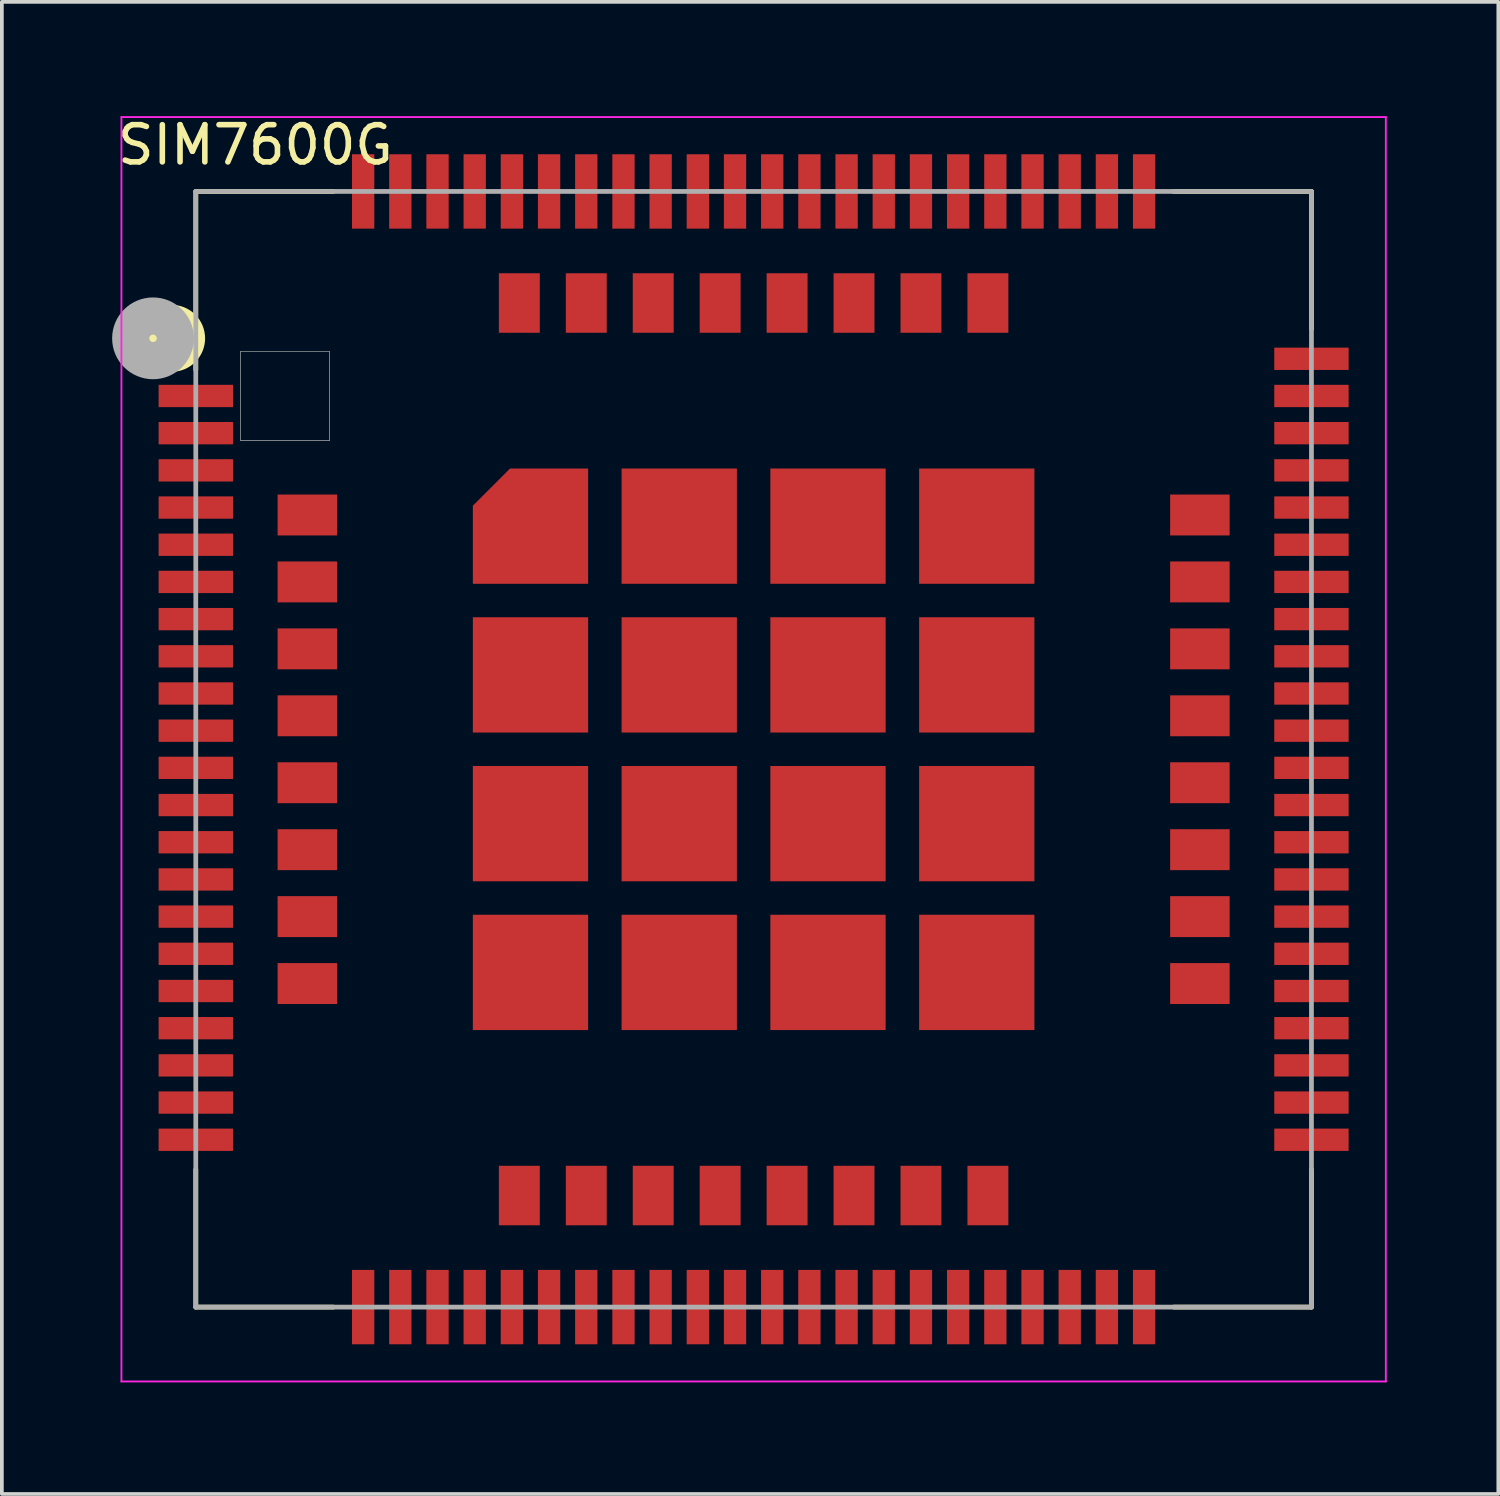
<source format=kicad_pcb>
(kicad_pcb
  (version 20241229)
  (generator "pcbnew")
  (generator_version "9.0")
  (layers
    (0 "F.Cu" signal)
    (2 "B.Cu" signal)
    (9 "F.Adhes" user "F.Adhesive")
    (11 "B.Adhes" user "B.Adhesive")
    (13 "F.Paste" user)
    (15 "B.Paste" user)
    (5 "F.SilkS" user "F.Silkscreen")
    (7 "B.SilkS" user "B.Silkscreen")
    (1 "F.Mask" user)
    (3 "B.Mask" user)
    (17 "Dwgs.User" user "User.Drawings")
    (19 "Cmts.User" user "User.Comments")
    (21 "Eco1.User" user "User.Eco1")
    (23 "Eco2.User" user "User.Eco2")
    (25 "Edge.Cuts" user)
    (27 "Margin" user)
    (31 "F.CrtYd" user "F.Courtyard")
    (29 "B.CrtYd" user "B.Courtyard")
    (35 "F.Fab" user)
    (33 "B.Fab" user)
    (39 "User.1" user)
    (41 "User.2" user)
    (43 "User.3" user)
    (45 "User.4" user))
  (footprint "SIM7600G"
    (layer "F.Cu")
    (at 17.215 17.098)
    (property "Reference" "SIM7600G" (at -13.4 -16.25 0) (layer "F.SilkS") (effects (font (size 1 1) (thickness 0.15))))
    (attr through_hole)
    (fp_poly (pts (xy -6.55 -7.55) (xy -4.45 -7.55) (xy -4.45 -4.45) (xy -7.55 -4.45) (xy -7.55 -6.55)) (stroke (width 0.001) (type solid)) (fill yes) (layer "F.Cu"))
    (fp_poly (pts (xy -6.65 -7.65) (xy -4.35 -7.65) (xy -4.35 -4.35) (xy -7.65 -4.35) (xy -7.65 -6.65)) (stroke (width 0.001) (type solid)) (fill yes) (layer "F.Mask"))
    (fp_line (start -15 -15) (end -11.3 -15) (stroke (width 0.127) (type solid)) (layer "F.SilkS"))
    (fp_line (start -15 -10.2) (end -15 -15) (stroke (width 0.127) (type solid)) (layer "F.SilkS"))
    (fp_line (start -15 15) (end -15 11.3) (stroke (width 0.127) (type solid)) (layer "F.SilkS"))
    (fp_line (start -11.3 15) (end -15 15) (stroke (width 0.127) (type solid)) (layer "F.SilkS"))
    (fp_line (start 11.3 -15) (end 15 -15) (stroke (width 0.127) (type solid)) (layer "F.SilkS"))
    (fp_line (start 15 -15) (end 15 -11.3) (stroke (width 0.127) (type solid)) (layer "F.SilkS"))
    (fp_line (start 15 11.3) (end 15 15) (stroke (width 0.127) (type solid)) (layer "F.SilkS"))
    (fp_line (start 15 15) (end 11.3 15) (stroke (width 0.127) (type solid)) (layer "F.SilkS"))
    (fp_circle (center -15.65 -11.05) (end -15.55 -11.05) (stroke (width 0.8) (type solid)) (fill no) (layer "F.SilkS"))
    (fp_poly (pts (xy -12.85 -6.6) (xy -11.95 -6.6) (xy -11.95 -6) (xy -12.85 -6)) (stroke (width 0.01) (type solid)) (fill yes) (layer "F.Paste"))
    (fp_poly (pts (xy -12.85 -4.8) (xy -11.95 -4.8) (xy -11.95 -4.2) (xy -12.85 -4.2)) (stroke (width 0.01) (type solid)) (fill yes) (layer "F.Paste"))
    (fp_poly (pts (xy -12.85 -3) (xy -11.95 -3) (xy -11.95 -2.4) (xy -12.85 -2.4)) (stroke (width 0.01) (type solid)) (fill yes) (layer "F.Paste"))
    (fp_poly (pts (xy -12.85 -1.2) (xy -11.95 -1.2) (xy -11.95 -0.6) (xy -12.85 -0.6)) (stroke (width 0.01) (type solid)) (fill yes) (layer "F.Paste"))
    (fp_poly (pts (xy -12.85 0.6) (xy -11.95 0.6) (xy -11.95 1.2) (xy -12.85 1.2)) (stroke (width 0.01) (type solid)) (fill yes) (layer "F.Paste"))
    (fp_poly (pts (xy -12.85 2.4) (xy -11.95 2.4) (xy -11.95 3) (xy -12.85 3)) (stroke (width 0.01) (type solid)) (fill yes) (layer "F.Paste"))
    (fp_poly (pts (xy -12.85 4.2) (xy -11.95 4.2) (xy -11.95 4.8) (xy -12.85 4.8)) (stroke (width 0.01) (type solid)) (fill yes) (layer "F.Paste"))
    (fp_poly (pts (xy -12.85 6) (xy -11.95 6) (xy -11.95 6.6) (xy -12.85 6.6)) (stroke (width 0.01) (type solid)) (fill yes) (layer "F.Paste"))
    (fp_poly (pts (xy -12.05 -6.6) (xy -11.15 -6.6) (xy -11.15 -6) (xy -12.05 -6)) (stroke (width 0.01) (type solid)) (fill yes) (layer "F.Paste"))
    (fp_poly (pts (xy -12.05 -4.8) (xy -11.15 -4.8) (xy -11.15 -4.2) (xy -12.05 -4.2)) (stroke (width 0.01) (type solid)) (fill yes) (layer "F.Paste"))
    (fp_poly (pts (xy -12.05 -3) (xy -11.15 -3) (xy -11.15 -2.4) (xy -12.05 -2.4)) (stroke (width 0.01) (type solid)) (fill yes) (layer "F.Paste"))
    (fp_poly (pts (xy -12.05 -1.2) (xy -11.15 -1.2) (xy -11.15 -0.6) (xy -12.05 -0.6)) (stroke (width 0.01) (type solid)) (fill yes) (layer "F.Paste"))
    (fp_poly (pts (xy -12.05 0.6) (xy -11.15 0.6) (xy -11.15 1.2) (xy -12.05 1.2)) (stroke (width 0.01) (type solid)) (fill yes) (layer "F.Paste"))
    (fp_poly (pts (xy -12.05 2.4) (xy -11.15 2.4) (xy -11.15 3) (xy -12.05 3)) (stroke (width 0.01) (type solid)) (fill yes) (layer "F.Paste"))
    (fp_poly (pts (xy -12.05 4.2) (xy -11.15 4.2) (xy -11.15 4.8) (xy -12.05 4.8)) (stroke (width 0.01) (type solid)) (fill yes) (layer "F.Paste"))
    (fp_poly (pts (xy -12.05 6) (xy -11.15 6) (xy -11.15 6.6) (xy -12.05 6.6)) (stroke (width 0.01) (type solid)) (fill yes) (layer "F.Paste"))
    (fp_poly (pts (xy -7.35 -5.85) (xy -6.15 -5.85) (xy -6.15 -4.65) (xy -7.35 -4.65)) (stroke (width 0.01) (type solid)) (fill yes) (layer "F.Paste"))
    (fp_poly (pts (xy -7.35 -3.35) (xy -6.15 -3.35) (xy -6.15 -2.15) (xy -7.35 -2.15)) (stroke (width 0.01) (type solid)) (fill yes) (layer "F.Paste"))
    (fp_poly (pts (xy -7.35 -1.85) (xy -6.15 -1.85) (xy -6.15 -0.65) (xy -7.35 -0.65)) (stroke (width 0.01) (type solid)) (fill yes) (layer "F.Paste"))
    (fp_poly (pts (xy -7.35 0.65) (xy -6.15 0.65) (xy -6.15 1.85) (xy -7.35 1.85)) (stroke (width 0.01) (type solid)) (fill yes) (layer "F.Paste"))
    (fp_poly (pts (xy -7.35 2.15) (xy -6.15 2.15) (xy -6.15 3.35) (xy -7.35 3.35)) (stroke (width 0.01) (type solid)) (fill yes) (layer "F.Paste"))
    (fp_poly (pts (xy -7.35 4.65) (xy -6.15 4.65) (xy -6.15 5.85) (xy -7.35 5.85)) (stroke (width 0.01) (type solid)) (fill yes) (layer "F.Paste"))
    (fp_poly (pts (xy -7.35 6.15) (xy -6.15 6.15) (xy -6.15 7.35) (xy -7.35 7.35)) (stroke (width 0.01) (type solid)) (fill yes) (layer "F.Paste"))
    (fp_poly (pts (xy -6.75 -12.7) (xy -5.85 -12.7) (xy -5.85 -12.1) (xy -6.75 -12.1)) (stroke (width 0.01) (type solid)) (fill yes) (layer "F.Paste"))
    (fp_poly (pts (xy -6.75 -11.9) (xy -5.85 -11.9) (xy -5.85 -11.3) (xy -6.75 -11.3)) (stroke (width 0.01) (type solid)) (fill yes) (layer "F.Paste"))
    (fp_poly (pts (xy -6.75 11.3) (xy -5.85 11.3) (xy -5.85 11.9) (xy -6.75 11.9)) (stroke (width 0.01) (type solid)) (fill yes) (layer "F.Paste"))
    (fp_poly (pts (xy -6.75 12.1) (xy -5.85 12.1) (xy -5.85 12.7) (xy -6.75 12.7)) (stroke (width 0.01) (type solid)) (fill yes) (layer "F.Paste"))
    (fp_poly (pts (xy -5.85 -7.35) (xy -4.65 -7.35) (xy -4.65 -6.15) (xy -5.85 -6.15)) (stroke (width 0.01) (type solid)) (fill yes) (layer "F.Paste"))
    (fp_poly (pts (xy -5.85 -5.85) (xy -4.65 -5.85) (xy -4.65 -4.65) (xy -5.85 -4.65)) (stroke (width 0.01) (type solid)) (fill yes) (layer "F.Paste"))
    (fp_poly (pts (xy -5.85 -3.35) (xy -4.65 -3.35) (xy -4.65 -2.15) (xy -5.85 -2.15)) (stroke (width 0.01) (type solid)) (fill yes) (layer "F.Paste"))
    (fp_poly (pts (xy -5.85 -1.85) (xy -4.65 -1.85) (xy -4.65 -0.65) (xy -5.85 -0.65)) (stroke (width 0.01) (type solid)) (fill yes) (layer "F.Paste"))
    (fp_poly (pts (xy -5.85 0.65) (xy -4.65 0.65) (xy -4.65 1.85) (xy -5.85 1.85)) (stroke (width 0.01) (type solid)) (fill yes) (layer "F.Paste"))
    (fp_poly (pts (xy -5.85 2.15) (xy -4.65 2.15) (xy -4.65 3.35) (xy -5.85 3.35)) (stroke (width 0.01) (type solid)) (fill yes) (layer "F.Paste"))
    (fp_poly (pts (xy -5.85 4.65) (xy -4.65 4.65) (xy -4.65 5.85) (xy -5.85 5.85)) (stroke (width 0.01) (type solid)) (fill yes) (layer "F.Paste"))
    (fp_poly (pts (xy -5.85 6.15) (xy -4.65 6.15) (xy -4.65 7.35) (xy -5.85 7.35)) (stroke (width 0.01) (type solid)) (fill yes) (layer "F.Paste"))
    (fp_poly (pts (xy -4.95 -12.7) (xy -4.05 -12.7) (xy -4.05 -12.1) (xy -4.95 -12.1)) (stroke (width 0.01) (type solid)) (fill yes) (layer "F.Paste"))
    (fp_poly (pts (xy -4.95 -11.9) (xy -4.05 -11.9) (xy -4.05 -11.3) (xy -4.95 -11.3)) (stroke (width 0.01) (type solid)) (fill yes) (layer "F.Paste"))
    (fp_poly (pts (xy -4.95 11.3) (xy -4.05 11.3) (xy -4.05 11.9) (xy -4.95 11.9)) (stroke (width 0.01) (type solid)) (fill yes) (layer "F.Paste"))
    (fp_poly (pts (xy -4.95 12.1) (xy -4.05 12.1) (xy -4.05 12.7) (xy -4.95 12.7)) (stroke (width 0.01) (type solid)) (fill yes) (layer "F.Paste"))
    (fp_poly (pts (xy -3.35 -7.35) (xy -2.15 -7.35) (xy -2.15 -6.15) (xy -3.35 -6.15)) (stroke (width 0.01) (type solid)) (fill yes) (layer "F.Paste"))
    (fp_poly (pts (xy -3.35 -5.85) (xy -2.15 -5.85) (xy -2.15 -4.65) (xy -3.35 -4.65)) (stroke (width 0.01) (type solid)) (fill yes) (layer "F.Paste"))
    (fp_poly (pts (xy -3.35 -3.35) (xy -2.15 -3.35) (xy -2.15 -2.15) (xy -3.35 -2.15)) (stroke (width 0.01) (type solid)) (fill yes) (layer "F.Paste"))
    (fp_poly (pts (xy -3.35 -1.85) (xy -2.15 -1.85) (xy -2.15 -0.65) (xy -3.35 -0.65)) (stroke (width 0.01) (type solid)) (fill yes) (layer "F.Paste"))
    (fp_poly (pts (xy -3.35 0.65) (xy -2.15 0.65) (xy -2.15 1.85) (xy -3.35 1.85)) (stroke (width 0.01) (type solid)) (fill yes) (layer "F.Paste"))
    (fp_poly (pts (xy -3.35 2.15) (xy -2.15 2.15) (xy -2.15 3.35) (xy -3.35 3.35)) (stroke (width 0.01) (type solid)) (fill yes) (layer "F.Paste"))
    (fp_poly (pts (xy -3.35 4.65) (xy -2.15 4.65) (xy -2.15 5.85) (xy -3.35 5.85)) (stroke (width 0.01) (type solid)) (fill yes) (layer "F.Paste"))
    (fp_poly (pts (xy -3.35 6.15) (xy -2.15 6.15) (xy -2.15 7.35) (xy -3.35 7.35)) (stroke (width 0.01) (type solid)) (fill yes) (layer "F.Paste"))
    (fp_poly (pts (xy -3.15 -12.7) (xy -2.25 -12.7) (xy -2.25 -12.1) (xy -3.15 -12.1)) (stroke (width 0.01) (type solid)) (fill yes) (layer "F.Paste"))
    (fp_poly (pts (xy -3.15 -11.9) (xy -2.25 -11.9) (xy -2.25 -11.3) (xy -3.15 -11.3)) (stroke (width 0.01) (type solid)) (fill yes) (layer "F.Paste"))
    (fp_poly (pts (xy -3.15 11.3) (xy -2.25 11.3) (xy -2.25 11.9) (xy -3.15 11.9)) (stroke (width 0.01) (type solid)) (fill yes) (layer "F.Paste"))
    (fp_poly (pts (xy -3.15 12.1) (xy -2.25 12.1) (xy -2.25 12.7) (xy -3.15 12.7)) (stroke (width 0.01) (type solid)) (fill yes) (layer "F.Paste"))
    (fp_poly (pts (xy -1.85 -7.35) (xy -0.65 -7.35) (xy -0.65 -6.15) (xy -1.85 -6.15)) (stroke (width 0.01) (type solid)) (fill yes) (layer "F.Paste"))
    (fp_poly (pts (xy -1.85 -5.85) (xy -0.65 -5.85) (xy -0.65 -4.65) (xy -1.85 -4.65)) (stroke (width 0.01) (type solid)) (fill yes) (layer "F.Paste"))
    (fp_poly (pts (xy -1.85 -3.35) (xy -0.65 -3.35) (xy -0.65 -2.15) (xy -1.85 -2.15)) (stroke (width 0.01) (type solid)) (fill yes) (layer "F.Paste"))
    (fp_poly (pts (xy -1.85 -1.85) (xy -0.65 -1.85) (xy -0.65 -0.65) (xy -1.85 -0.65)) (stroke (width 0.01) (type solid)) (fill yes) (layer "F.Paste"))
    (fp_poly (pts (xy -1.85 0.65) (xy -0.65 0.65) (xy -0.65 1.85) (xy -1.85 1.85)) (stroke (width 0.01) (type solid)) (fill yes) (layer "F.Paste"))
    (fp_poly (pts (xy -1.85 2.15) (xy -0.65 2.15) (xy -0.65 3.35) (xy -1.85 3.35)) (stroke (width 0.01) (type solid)) (fill yes) (layer "F.Paste"))
    (fp_poly (pts (xy -1.85 4.65) (xy -0.65 4.65) (xy -0.65 5.85) (xy -1.85 5.85)) (stroke (width 0.01) (type solid)) (fill yes) (layer "F.Paste"))
    (fp_poly (pts (xy -1.85 6.15) (xy -0.65 6.15) (xy -0.65 7.35) (xy -1.85 7.35)) (stroke (width 0.01) (type solid)) (fill yes) (layer "F.Paste"))
    (fp_poly (pts (xy -1.35 -12.7) (xy -0.45 -12.7) (xy -0.45 -12.1) (xy -1.35 -12.1)) (stroke (width 0.01) (type solid)) (fill yes) (layer "F.Paste"))
    (fp_poly (pts (xy -1.35 -11.9) (xy -0.45 -11.9) (xy -0.45 -11.3) (xy -1.35 -11.3)) (stroke (width 0.01) (type solid)) (fill yes) (layer "F.Paste"))
    (fp_poly (pts (xy -1.35 11.3) (xy -0.45 11.3) (xy -0.45 11.9) (xy -1.35 11.9)) (stroke (width 0.01) (type solid)) (fill yes) (layer "F.Paste"))
    (fp_poly (pts (xy -1.35 12.1) (xy -0.45 12.1) (xy -0.45 12.7) (xy -1.35 12.7)) (stroke (width 0.01) (type solid)) (fill yes) (layer "F.Paste"))
    (fp_poly (pts (xy 0.45 -12.7) (xy 1.35 -12.7) (xy 1.35 -12.1) (xy 0.45 -12.1)) (stroke (width 0.01) (type solid)) (fill yes) (layer "F.Paste"))
    (fp_poly (pts (xy 0.45 -11.9) (xy 1.35 -11.9) (xy 1.35 -11.3) (xy 0.45 -11.3)) (stroke (width 0.01) (type solid)) (fill yes) (layer "F.Paste"))
    (fp_poly (pts (xy 0.45 11.3) (xy 1.35 11.3) (xy 1.35 11.9) (xy 0.45 11.9)) (stroke (width 0.01) (type solid)) (fill yes) (layer "F.Paste"))
    (fp_poly (pts (xy 0.45 12.1) (xy 1.35 12.1) (xy 1.35 12.7) (xy 0.45 12.7)) (stroke (width 0.01) (type solid)) (fill yes) (layer "F.Paste"))
    (fp_poly (pts (xy 0.65 -7.35) (xy 1.85 -7.35) (xy 1.85 -6.15) (xy 0.65 -6.15)) (stroke (width 0.01) (type solid)) (fill yes) (layer "F.Paste"))
    (fp_poly (pts (xy 0.65 -5.85) (xy 1.85 -5.85) (xy 1.85 -4.65) (xy 0.65 -4.65)) (stroke (width 0.01) (type solid)) (fill yes) (layer "F.Paste"))
    (fp_poly (pts (xy 0.65 -3.35) (xy 1.85 -3.35) (xy 1.85 -2.15) (xy 0.65 -2.15)) (stroke (width 0.01) (type solid)) (fill yes) (layer "F.Paste"))
    (fp_poly (pts (xy 0.65 -1.85) (xy 1.85 -1.85) (xy 1.85 -0.65) (xy 0.65 -0.65)) (stroke (width 0.01) (type solid)) (fill yes) (layer "F.Paste"))
    (fp_poly (pts (xy 0.65 0.65) (xy 1.85 0.65) (xy 1.85 1.85) (xy 0.65 1.85)) (stroke (width 0.01) (type solid)) (fill yes) (layer "F.Paste"))
    (fp_poly (pts (xy 0.65 2.15) (xy 1.85 2.15) (xy 1.85 3.35) (xy 0.65 3.35)) (stroke (width 0.01) (type solid)) (fill yes) (layer "F.Paste"))
    (fp_poly (pts (xy 0.65 4.65) (xy 1.85 4.65) (xy 1.85 5.85) (xy 0.65 5.85)) (stroke (width 0.01) (type solid)) (fill yes) (layer "F.Paste"))
    (fp_poly (pts (xy 0.65 6.15) (xy 1.85 6.15) (xy 1.85 7.35) (xy 0.65 7.35)) (stroke (width 0.01) (type solid)) (fill yes) (layer "F.Paste"))
    (fp_poly (pts (xy 2.15 -7.35) (xy 3.35 -7.35) (xy 3.35 -6.15) (xy 2.15 -6.15)) (stroke (width 0.01) (type solid)) (fill yes) (layer "F.Paste"))
    (fp_poly (pts (xy 2.15 -5.85) (xy 3.35 -5.85) (xy 3.35 -4.65) (xy 2.15 -4.65)) (stroke (width 0.01) (type solid)) (fill yes) (layer "F.Paste"))
    (fp_poly (pts (xy 2.15 -3.35) (xy 3.35 -3.35) (xy 3.35 -2.15) (xy 2.15 -2.15)) (stroke (width 0.01) (type solid)) (fill yes) (layer "F.Paste"))
    (fp_poly (pts (xy 2.15 -1.85) (xy 3.35 -1.85) (xy 3.35 -0.65) (xy 2.15 -0.65)) (stroke (width 0.01) (type solid)) (fill yes) (layer "F.Paste"))
    (fp_poly (pts (xy 2.15 0.65) (xy 3.35 0.65) (xy 3.35 1.85) (xy 2.15 1.85)) (stroke (width 0.01) (type solid)) (fill yes) (layer "F.Paste"))
    (fp_poly (pts (xy 2.15 2.15) (xy 3.35 2.15) (xy 3.35 3.35) (xy 2.15 3.35)) (stroke (width 0.01) (type solid)) (fill yes) (layer "F.Paste"))
    (fp_poly (pts (xy 2.15 4.65) (xy 3.35 4.65) (xy 3.35 5.85) (xy 2.15 5.85)) (stroke (width 0.01) (type solid)) (fill yes) (layer "F.Paste"))
    (fp_poly (pts (xy 2.15 6.15) (xy 3.35 6.15) (xy 3.35 7.35) (xy 2.15 7.35)) (stroke (width 0.01) (type solid)) (fill yes) (layer "F.Paste"))
    (fp_poly (pts (xy 2.25 -12.7) (xy 3.15 -12.7) (xy 3.15 -12.1) (xy 2.25 -12.1)) (stroke (width 0.01) (type solid)) (fill yes) (layer "F.Paste"))
    (fp_poly (pts (xy 2.25 -11.9) (xy 3.15 -11.9) (xy 3.15 -11.3) (xy 2.25 -11.3)) (stroke (width 0.01) (type solid)) (fill yes) (layer "F.Paste"))
    (fp_poly (pts (xy 2.25 11.3) (xy 3.15 11.3) (xy 3.15 11.9) (xy 2.25 11.9)) (stroke (width 0.01) (type solid)) (fill yes) (layer "F.Paste"))
    (fp_poly (pts (xy 2.25 12.1) (xy 3.15 12.1) (xy 3.15 12.7) (xy 2.25 12.7)) (stroke (width 0.01) (type solid)) (fill yes) (layer "F.Paste"))
    (fp_poly (pts (xy 4.05 -12.7) (xy 4.95 -12.7) (xy 4.95 -12.1) (xy 4.05 -12.1)) (stroke (width 0.01) (type solid)) (fill yes) (layer "F.Paste"))
    (fp_poly (pts (xy 4.05 -11.9) (xy 4.95 -11.9) (xy 4.95 -11.3) (xy 4.05 -11.3)) (stroke (width 0.01) (type solid)) (fill yes) (layer "F.Paste"))
    (fp_poly (pts (xy 4.05 11.3) (xy 4.95 11.3) (xy 4.95 11.9) (xy 4.05 11.9)) (stroke (width 0.01) (type solid)) (fill yes) (layer "F.Paste"))
    (fp_poly (pts (xy 4.05 12.1) (xy 4.95 12.1) (xy 4.95 12.7) (xy 4.05 12.7)) (stroke (width 0.01) (type solid)) (fill yes) (layer "F.Paste"))
    (fp_poly (pts (xy 4.65 -7.35) (xy 5.85 -7.35) (xy 5.85 -6.15) (xy 4.65 -6.15)) (stroke (width 0.01) (type solid)) (fill yes) (layer "F.Paste"))
    (fp_poly (pts (xy 4.65 -5.85) (xy 5.85 -5.85) (xy 5.85 -4.65) (xy 4.65 -4.65)) (stroke (width 0.01) (type solid)) (fill yes) (layer "F.Paste"))
    (fp_poly (pts (xy 4.65 -3.35) (xy 5.85 -3.35) (xy 5.85 -2.15) (xy 4.65 -2.15)) (stroke (width 0.01) (type solid)) (fill yes) (layer "F.Paste"))
    (fp_poly (pts (xy 4.65 -1.85) (xy 5.85 -1.85) (xy 5.85 -0.65) (xy 4.65 -0.65)) (stroke (width 0.01) (type solid)) (fill yes) (layer "F.Paste"))
    (fp_poly (pts (xy 4.65 0.65) (xy 5.85 0.65) (xy 5.85 1.85) (xy 4.65 1.85)) (stroke (width 0.01) (type solid)) (fill yes) (layer "F.Paste"))
    (fp_poly (pts (xy 4.65 2.15) (xy 5.85 2.15) (xy 5.85 3.35) (xy 4.65 3.35)) (stroke (width 0.01) (type solid)) (fill yes) (layer "F.Paste"))
    (fp_poly (pts (xy 4.65 4.65) (xy 5.85 4.65) (xy 5.85 5.85) (xy 4.65 5.85)) (stroke (width 0.01) (type solid)) (fill yes) (layer "F.Paste"))
    (fp_poly (pts (xy 4.65 6.15) (xy 5.85 6.15) (xy 5.85 7.35) (xy 4.65 7.35)) (stroke (width 0.01) (type solid)) (fill yes) (layer "F.Paste"))
    (fp_poly (pts (xy 5.85 -12.7) (xy 6.75 -12.7) (xy 6.75 -12.1) (xy 5.85 -12.1)) (stroke (width 0.01) (type solid)) (fill yes) (layer "F.Paste"))
    (fp_poly (pts (xy 5.85 -11.9) (xy 6.75 -11.9) (xy 6.75 -11.3) (xy 5.85 -11.3)) (stroke (width 0.01) (type solid)) (fill yes) (layer "F.Paste"))
    (fp_poly (pts (xy 5.85 11.3) (xy 6.75 11.3) (xy 6.75 11.9) (xy 5.85 11.9)) (stroke (width 0.01) (type solid)) (fill yes) (layer "F.Paste"))
    (fp_poly (pts (xy 5.85 12.1) (xy 6.75 12.1) (xy 6.75 12.7) (xy 5.85 12.7)) (stroke (width 0.01) (type solid)) (fill yes) (layer "F.Paste"))
    (fp_poly (pts (xy 6.15 -7.35) (xy 7.35 -7.35) (xy 7.35 -6.15) (xy 6.15 -6.15)) (stroke (width 0.01) (type solid)) (fill yes) (layer "F.Paste"))
    (fp_poly (pts (xy 6.15 -5.85) (xy 7.35 -5.85) (xy 7.35 -4.65) (xy 6.15 -4.65)) (stroke (width 0.01) (type solid)) (fill yes) (layer "F.Paste"))
    (fp_poly (pts (xy 6.15 -3.35) (xy 7.35 -3.35) (xy 7.35 -2.15) (xy 6.15 -2.15)) (stroke (width 0.01) (type solid)) (fill yes) (layer "F.Paste"))
    (fp_poly (pts (xy 6.15 -1.85) (xy 7.35 -1.85) (xy 7.35 -0.65) (xy 6.15 -0.65)) (stroke (width 0.01) (type solid)) (fill yes) (layer "F.Paste"))
    (fp_poly (pts (xy 6.15 0.65) (xy 7.35 0.65) (xy 7.35 1.85) (xy 6.15 1.85)) (stroke (width 0.01) (type solid)) (fill yes) (layer "F.Paste"))
    (fp_poly (pts (xy 6.15 2.15) (xy 7.35 2.15) (xy 7.35 3.35) (xy 6.15 3.35)) (stroke (width 0.01) (type solid)) (fill yes) (layer "F.Paste"))
    (fp_poly (pts (xy 6.15 4.65) (xy 7.35 4.65) (xy 7.35 5.85) (xy 6.15 5.85)) (stroke (width 0.01) (type solid)) (fill yes) (layer "F.Paste"))
    (fp_poly (pts (xy 6.15 6.15) (xy 7.35 6.15) (xy 7.35 7.35) (xy 6.15 7.35)) (stroke (width 0.01) (type solid)) (fill yes) (layer "F.Paste"))
    (fp_poly (pts (xy 11.15 -6.6) (xy 12.05 -6.6) (xy 12.05 -6) (xy 11.15 -6)) (stroke (width 0.01) (type solid)) (fill yes) (layer "F.Paste"))
    (fp_poly (pts (xy 11.15 -4.8) (xy 12.05 -4.8) (xy 12.05 -4.2) (xy 11.15 -4.2)) (stroke (width 0.01) (type solid)) (fill yes) (layer "F.Paste"))
    (fp_poly (pts (xy 11.15 -3) (xy 12.05 -3) (xy 12.05 -2.4) (xy 11.15 -2.4)) (stroke (width 0.01) (type solid)) (fill yes) (layer "F.Paste"))
    (fp_poly (pts (xy 11.15 -1.2) (xy 12.05 -1.2) (xy 12.05 -0.6) (xy 11.15 -0.6)) (stroke (width 0.01) (type solid)) (fill yes) (layer "F.Paste"))
    (fp_poly (pts (xy 11.15 0.6) (xy 12.05 0.6) (xy 12.05 1.2) (xy 11.15 1.2)) (stroke (width 0.01) (type solid)) (fill yes) (layer "F.Paste"))
    (fp_poly (pts (xy 11.15 2.4) (xy 12.05 2.4) (xy 12.05 3) (xy 11.15 3)) (stroke (width 0.01) (type solid)) (fill yes) (layer "F.Paste"))
    (fp_poly (pts (xy 11.15 4.2) (xy 12.05 4.2) (xy 12.05 4.8) (xy 11.15 4.8)) (stroke (width 0.01) (type solid)) (fill yes) (layer "F.Paste"))
    (fp_poly (pts (xy 11.15 6) (xy 12.05 6) (xy 12.05 6.6) (xy 11.15 6.6)) (stroke (width 0.01) (type solid)) (fill yes) (layer "F.Paste"))
    (fp_poly (pts (xy 11.95 -6.6) (xy 12.85 -6.6) (xy 12.85 -6) (xy 11.95 -6)) (stroke (width 0.01) (type solid)) (fill yes) (layer "F.Paste"))
    (fp_poly (pts (xy 11.95 -4.8) (xy 12.85 -4.8) (xy 12.85 -4.2) (xy 11.95 -4.2)) (stroke (width 0.01) (type solid)) (fill yes) (layer "F.Paste"))
    (fp_poly (pts (xy 11.95 -3) (xy 12.85 -3) (xy 12.85 -2.4) (xy 11.95 -2.4)) (stroke (width 0.01) (type solid)) (fill yes) (layer "F.Paste"))
    (fp_poly (pts (xy 11.95 -1.2) (xy 12.85 -1.2) (xy 12.85 -0.6) (xy 11.95 -0.6)) (stroke (width 0.01) (type solid)) (fill yes) (layer "F.Paste"))
    (fp_poly (pts (xy 11.95 0.6) (xy 12.85 0.6) (xy 12.85 1.2) (xy 11.95 1.2)) (stroke (width 0.01) (type solid)) (fill yes) (layer "F.Paste"))
    (fp_poly (pts (xy 11.95 2.4) (xy 12.85 2.4) (xy 12.85 3) (xy 11.95 3)) (stroke (width 0.01) (type solid)) (fill yes) (layer "F.Paste"))
    (fp_poly (pts (xy 11.95 4.2) (xy 12.85 4.2) (xy 12.85 4.8) (xy 11.95 4.8)) (stroke (width 0.01) (type solid)) (fill yes) (layer "F.Paste"))
    (fp_poly (pts (xy 11.95 6) (xy 12.85 6) (xy 12.85 6.6) (xy 11.95 6.6)) (stroke (width 0.01) (type solid)) (fill yes) (layer "F.Paste"))
    (fp_poly (pts (xy -7.35 -6.15) (xy -6.15 -6.15) (xy -6.15 -7.35) (xy -6.45 -7.35) (xy -7.35 -6.45)) (stroke (width 0.001) (type solid)) (fill yes) (layer "F.Paste"))
    (fp_poly (pts (xy -13.8 -10.7) (xy -11.4 -10.7) (xy -11.4 -8.3) (xy -13.8 -8.3)) (stroke (width 0.01) (type solid)) (fill no) (layer "Dwgs.User"))
    (fp_poly (pts (xy -13.8 -10.7) (xy -11.4 -10.7) (xy -11.4 -8.3) (xy -13.8 -8.3)) (stroke (width 0.01) (type solid)) (fill no) (layer "Dwgs.User"))
    (fp_line (start -17 -17) (end 17 -17) (stroke (width 0.05) (type solid)) (layer "F.CrtYd"))
    (fp_line (start -17 17) (end -17 -17) (stroke (width 0.05) (type solid)) (layer "F.CrtYd"))
    (fp_line (start 17 -17) (end 17 17) (stroke (width 0.05) (type solid)) (layer "F.CrtYd"))
    (fp_line (start 17 17) (end -17 17) (stroke (width 0.05) (type solid)) (layer "F.CrtYd"))
    (fp_line (start -15 -15) (end 15 -15) (stroke (width 0.127) (type solid)) (layer "F.Fab"))
    (fp_line (start -15 15) (end -15 -15) (stroke (width 0.127) (type solid)) (layer "F.Fab"))
    (fp_line (start 15 -15) (end 15 15) (stroke (width 0.127) (type solid)) (layer "F.Fab"))
    (fp_line (start 15 15) (end -15 15) (stroke (width 0.127) (type solid)) (layer "F.Fab"))
    (fp_circle (center -16.15 -11.05) (end -16.05 -11.05) (stroke (width 1) (type solid)) (fill no) (layer "F.Fab"))
    (pad "1" smd rect (at -15 -9.5) (size 2 0.6) (layers "F.Cu" "F.Mask" "F.Paste"))
    (pad "2" smd rect (at -15 -8.5) (size 2 0.6) (layers "F.Cu" "F.Mask" "F.Paste"))
    (pad "3" smd rect (at -15 -7.5) (size 2 0.6) (layers "F.Cu" "F.Mask" "F.Paste"))
    (pad "4" smd rect (at -15 -6.5) (size 2 0.6) (layers "F.Cu" "F.Mask" "F.Paste"))
    (pad "5" smd rect (at -15 -5.5) (size 2 0.6) (layers "F.Cu" "F.Mask" "F.Paste"))
    (pad "6" smd rect (at -15 -4.5) (size 2 0.6) (layers "F.Cu" "F.Mask" "F.Paste"))
    (pad "7" smd rect (at -15 -3.5) (size 2 0.6) (layers "F.Cu" "F.Mask" "F.Paste"))
    (pad "8" smd rect (at -15 -2.5) (size 2 0.6) (layers "F.Cu" "F.Mask" "F.Paste"))
    (pad "9" smd rect (at -15 -1.5) (size 2 0.6) (layers "F.Cu" "F.Mask" "F.Paste"))
    (pad "10" smd rect (at -15 -0.5) (size 2 0.6) (layers "F.Cu" "F.Mask" "F.Paste"))
    (pad "11" smd rect (at -15 0.5) (size 2 0.6) (layers "F.Cu" "F.Mask" "F.Paste"))
    (pad "12" smd rect (at -15 1.5) (size 2 0.6) (layers "F.Cu" "F.Mask" "F.Paste"))
    (pad "13" smd rect (at -15 2.5) (size 2 0.6) (layers "F.Cu" "F.Mask" "F.Paste"))
    (pad "14" smd rect (at -15 3.5) (size 2 0.6) (layers "F.Cu" "F.Mask" "F.Paste"))
    (pad "15" smd rect (at -15 4.5) (size 2 0.6) (layers "F.Cu" "F.Mask" "F.Paste"))
    (pad "16" smd rect (at -15 5.5) (size 2 0.6) (layers "F.Cu" "F.Mask" "F.Paste"))
    (pad "17" smd rect (at -15 6.5) (size 2 0.6) (layers "F.Cu" "F.Mask" "F.Paste"))
    (pad "18" smd rect (at -15 7.5) (size 2 0.6) (layers "F.Cu" "F.Mask" "F.Paste"))
    (pad "19" smd rect (at -15 8.5) (size 2 0.6) (layers "F.Cu" "F.Mask" "F.Paste"))
    (pad "20" smd rect (at -15 9.5) (size 2 0.6) (layers "F.Cu" "F.Mask" "F.Paste"))
    (pad "21" smd rect (at -9.5 15) (size 0.6 2) (layers "F.Cu" "F.Mask" "F.Paste"))
    (pad "22" smd rect (at -8.5 15) (size 0.6 2) (layers "F.Cu" "F.Mask" "F.Paste"))
    (pad "23" smd rect (at -7.5 15) (size 0.6 2) (layers "F.Cu" "F.Mask" "F.Paste"))
    (pad "24" smd rect (at -6.5 15) (size 0.6 2) (layers "F.Cu" "F.Mask" "F.Paste"))
    (pad "25" smd rect (at -5.5 15) (size 0.6 2) (layers "F.Cu" "F.Mask" "F.Paste"))
    (pad "26" smd rect (at -4.5 15) (size 0.6 2) (layers "F.Cu" "F.Mask" "F.Paste"))
    (pad "27" smd rect (at -3.5 15) (size 0.6 2) (layers "F.Cu" "F.Mask" "F.Paste"))
    (pad "28" smd rect (at -2.5 15) (size 0.6 2) (layers "F.Cu" "F.Mask" "F.Paste"))
    (pad "29" smd rect (at -1.5 15) (size 0.6 2) (layers "F.Cu" "F.Mask" "F.Paste"))
    (pad "30" smd rect (at -0.5 15) (size 0.6 2) (layers "F.Cu" "F.Mask" "F.Paste"))
    (pad "31" smd rect (at 0.5 15) (size 0.6 2) (layers "F.Cu" "F.Mask" "F.Paste"))
    (pad "32" smd rect (at 1.5 15) (size 0.6 2) (layers "F.Cu" "F.Mask" "F.Paste"))
    (pad "33" smd rect (at 2.5 15) (size 0.6 2) (layers "F.Cu" "F.Mask" "F.Paste"))
    (pad "34" smd rect (at 3.5 15) (size 0.6 2) (layers "F.Cu" "F.Mask" "F.Paste"))
    (pad "35" smd rect (at 4.5 15) (size 0.6 2) (layers "F.Cu" "F.Mask" "F.Paste"))
    (pad "36" smd rect (at 5.5 15) (size 0.6 2) (layers "F.Cu" "F.Mask" "F.Paste"))
    (pad "37" smd rect (at 6.5 15) (size 0.6 2) (layers "F.Cu" "F.Mask" "F.Paste"))
    (pad "38" smd rect (at 7.5 15) (size 0.6 2) (layers "F.Cu" "F.Mask" "F.Paste"))
    (pad "39" smd rect (at 8.5 15) (size 0.6 2) (layers "F.Cu" "F.Mask" "F.Paste"))
    (pad "40" smd rect (at 9.5 15) (size 0.6 2) (layers "F.Cu" "F.Mask" "F.Paste"))
    (pad "41" smd rect (at 15 9.5) (size 2 0.6) (layers "F.Cu" "F.Mask" "F.Paste"))
    (pad "42" smd rect (at 15 8.5) (size 2 0.6) (layers "F.Cu" "F.Mask" "F.Paste"))
    (pad "43" smd rect (at 15 7.5) (size 2 0.6) (layers "F.Cu" "F.Mask" "F.Paste"))
    (pad "44" smd rect (at 15 6.5) (size 2 0.6) (layers "F.Cu" "F.Mask" "F.Paste"))
    (pad "45" smd rect (at 15 5.5) (size 2 0.6) (layers "F.Cu" "F.Mask" "F.Paste"))
    (pad "46" smd rect (at 15 4.5) (size 2 0.6) (layers "F.Cu" "F.Mask" "F.Paste"))
    (pad "47" smd rect (at 15 3.5) (size 2 0.6) (layers "F.Cu" "F.Mask" "F.Paste"))
    (pad "48" smd rect (at 15 2.5) (size 2 0.6) (layers "F.Cu" "F.Mask" "F.Paste"))
    (pad "49" smd rect (at 15 1.5) (size 2 0.6) (layers "F.Cu" "F.Mask" "F.Paste"))
    (pad "50" smd rect (at 15 0.5) (size 2 0.6) (layers "F.Cu" "F.Mask" "F.Paste"))
    (pad "51" smd rect (at 15 -0.5) (size 2 0.6) (layers "F.Cu" "F.Mask" "F.Paste"))
    (pad "52" smd rect (at 15 -1.5) (size 2 0.6) (layers "F.Cu" "F.Mask" "F.Paste"))
    (pad "53" smd rect (at 15 -2.5) (size 2 0.6) (layers "F.Cu" "F.Mask" "F.Paste"))
    (pad "54" smd rect (at 15 -3.5) (size 2 0.6) (layers "F.Cu" "F.Mask" "F.Paste"))
    (pad "55" smd rect (at 15 -4.5) (size 2 0.6) (layers "F.Cu" "F.Mask" "F.Paste"))
    (pad "56" smd rect (at 15 -5.5) (size 2 0.6) (layers "F.Cu" "F.Mask" "F.Paste"))
    (pad "57" smd rect (at 15 -6.5) (size 2 0.6) (layers "F.Cu" "F.Mask" "F.Paste"))
    (pad "58" smd rect (at 15 -7.5) (size 2 0.6) (layers "F.Cu" "F.Mask" "F.Paste"))
    (pad "59" smd rect (at 15 -8.5) (size 2 0.6) (layers "F.Cu" "F.Mask" "F.Paste"))
    (pad "60" smd rect (at 15 -9.5) (size 2 0.6) (layers "F.Cu" "F.Mask" "F.Paste"))
    (pad "61" smd rect (at 9.5 -15) (size 0.6 2) (layers "F.Cu" "F.Mask" "F.Paste"))
    (pad "62" smd rect (at 8.5 -15) (size 0.6 2) (layers "F.Cu" "F.Mask" "F.Paste"))
    (pad "63" smd rect (at 7.5 -15) (size 0.6 2) (layers "F.Cu" "F.Mask" "F.Paste"))
    (pad "64" smd rect (at 6.5 -15) (size 0.6 2) (layers "F.Cu" "F.Mask" "F.Paste"))
    (pad "65" smd rect (at 5.5 -15) (size 0.6 2) (layers "F.Cu" "F.Mask" "F.Paste"))
    (pad "66" smd rect (at 4.5 -15) (size 0.6 2) (layers "F.Cu" "F.Mask" "F.Paste"))
    (pad "67" smd rect (at 3.5 -15) (size 0.6 2) (layers "F.Cu" "F.Mask" "F.Paste"))
    (pad "68" smd rect (at 2.5 -15) (size 0.6 2) (layers "F.Cu" "F.Mask" "F.Paste"))
    (pad "69" smd rect (at 1.5 -15) (size 0.6 2) (layers "F.Cu" "F.Mask" "F.Paste"))
    (pad "70" smd rect (at 0.5 -15) (size 0.6 2) (layers "F.Cu" "F.Mask" "F.Paste"))
    (pad "71" smd rect (at -0.5 -15) (size 0.6 2) (layers "F.Cu" "F.Mask" "F.Paste"))
    (pad "72" smd rect (at -1.5 -15) (size 0.6 2) (layers "F.Cu" "F.Mask" "F.Paste"))
    (pad "73" smd rect (at -2.5 -15) (size 0.6 2) (layers "F.Cu" "F.Mask" "F.Paste"))
    (pad "74" smd rect (at -3.5 -15) (size 0.6 2) (layers "F.Cu" "F.Mask" "F.Paste"))
    (pad "75" smd rect (at -4.5 -15) (size 0.6 2) (layers "F.Cu" "F.Mask" "F.Paste"))
    (pad "76" smd rect (at -5.5 -15) (size 0.6 2) (layers "F.Cu" "F.Mask" "F.Paste"))
    (pad "77" smd rect (at -6.5 -15) (size 0.6 2) (layers "F.Cu" "F.Mask" "F.Paste"))
    (pad "78" smd rect (at -7.5 -15) (size 0.6 2) (layers "F.Cu" "F.Mask" "F.Paste"))
    (pad "79" smd rect (at -8.5 -15) (size 0.6 2) (layers "F.Cu" "F.Mask" "F.Paste"))
    (pad "80" smd rect (at -9.5 -15) (size 0.6 2) (layers "F.Cu" "F.Mask" "F.Paste"))
    (pad "81" smd rect (at -15 10.5) (size 2 0.6) (layers "F.Cu" "F.Mask" "F.Paste"))
    (pad "82" smd rect (at 15 10.5) (size 2 0.6) (layers "F.Cu" "F.Mask" "F.Paste"))
    (pad "83" smd rect (at 10.5 15) (size 0.6 2) (layers "F.Cu" "F.Mask" "F.Paste"))
    (pad "84" smd rect (at -10.5 15) (size 0.6 2) (layers "F.Cu" "F.Mask" "F.Paste"))
    (pad "85" smd rect (at 15 -10.5) (size 2 0.6) (layers "F.Cu" "F.Mask" "F.Paste"))
    (pad "86" smd rect (at -10.5 -15) (size 0.6 2) (layers "F.Cu" "F.Mask" "F.Paste"))
    (pad "87" smd rect (at 10.5 -15) (size 0.6 2) (layers "F.Cu" "F.Mask" "F.Paste"))
    (pad "88" smd rect (at -12 -6.3) (size 1.6 1.1) (layers "F.Cu" "F.Mask"))
    (pad "89" smd rect (at -12 -4.5) (size 1.6 1.1) (layers "F.Cu" "F.Mask"))
    (pad "90" smd rect (at -12 -2.7) (size 1.6 1.1) (layers "F.Cu" "F.Mask"))
    (pad "91" smd rect (at -12 -0.9) (size 1.6 1.1) (layers "F.Cu" "F.Mask"))
    (pad "92" smd rect (at -12 0.9) (size 1.6 1.1) (layers "F.Cu" "F.Mask"))
    (pad "93" smd rect (at -12 2.7) (size 1.6 1.1) (layers "F.Cu" "F.Mask"))
    (pad "94" smd rect (at -12 4.5) (size 1.6 1.1) (layers "F.Cu" "F.Mask"))
    (pad "95" smd rect (at -12 6.3) (size 1.6 1.1) (layers "F.Cu" "F.Mask"))
    (pad "96" smd rect (at -6.3 12) (size 1.1 1.6) (layers "F.Cu" "F.Mask"))
    (pad "97" smd rect (at -4.5 12) (size 1.1 1.6) (layers "F.Cu" "F.Mask"))
    (pad "98" smd rect (at -2.7 12) (size 1.1 1.6) (layers "F.Cu" "F.Mask"))
    (pad "99" smd rect (at -0.9 12) (size 1.1 1.6) (layers "F.Cu" "F.Mask"))
    (pad "100" smd rect (at 0.9 12) (size 1.1 1.6) (layers "F.Cu" "F.Mask"))
    (pad "101" smd rect (at 2.7 12) (size 1.1 1.6) (layers "F.Cu" "F.Mask"))
    (pad "102" smd rect (at 4.5 12) (size 1.1 1.6) (layers "F.Cu" "F.Mask"))
    (pad "103" smd rect (at 6.3 12) (size 1.1 1.6) (layers "F.Cu" "F.Mask"))
    (pad "104" smd rect (at 12 6.3) (size 1.6 1.1) (layers "F.Cu" "F.Mask"))
    (pad "105" smd rect (at 12 4.5) (size 1.6 1.1) (layers "F.Cu" "F.Mask"))
    (pad "106" smd rect (at 12 2.7) (size 1.6 1.1) (layers "F.Cu" "F.Mask"))
    (pad "107" smd rect (at 12 0.9) (size 1.6 1.1) (layers "F.Cu" "F.Mask"))
    (pad "108" smd rect (at 12 -0.9) (size 1.6 1.1) (layers "F.Cu" "F.Mask"))
    (pad "109" smd rect (at 12 -2.7) (size 1.6 1.1) (layers "F.Cu" "F.Mask"))
    (pad "110" smd rect (at 12 -4.5) (size 1.6 1.1) (layers "F.Cu" "F.Mask"))
    (pad "111" smd rect (at 12 -6.3) (size 1.6 1.1) (layers "F.Cu" "F.Mask"))
    (pad "112" smd rect (at 6.3 -12) (size 1.1 1.6) (layers "F.Cu" "F.Mask"))
    (pad "113" smd rect (at 4.5 -12) (size 1.1 1.6) (layers "F.Cu" "F.Mask"))
    (pad "114" smd rect (at 2.7 -12) (size 1.1 1.6) (layers "F.Cu" "F.Mask"))
    (pad "115" smd rect (at 0.9 -12) (size 1.1 1.6) (layers "F.Cu" "F.Mask"))
    (pad "116" smd rect (at -0.9 -12) (size 1.1 1.6) (layers "F.Cu" "F.Mask"))
    (pad "117" smd rect (at -2.7 -12) (size 1.1 1.6) (layers "F.Cu" "F.Mask"))
    (pad "118" smd rect (at -4.5 -12) (size 1.1 1.6) (layers "F.Cu" "F.Mask"))
    (pad "119" smd rect (at -6.3 -12) (size 1.1 1.6) (layers "F.Cu" "F.Mask"))
    (pad "120" smd rect (at -6 -6) (size 2 2) (layers "F.Cu"))
    (pad "121" smd rect (at -2 -6) (size 3.1 3.1) (layers "F.Cu" "F.Mask"))
    (pad "122" smd rect (at 2 -6) (size 3.1 3.1) (layers "F.Cu" "F.Mask"))
    (pad "123" smd rect (at 6 -6) (size 3.1 3.1) (layers "F.Cu" "F.Mask"))
    (pad "124" smd rect (at -6 -2) (size 3.1 3.1) (layers "F.Cu" "F.Mask"))
    (pad "125" smd rect (at -2 -2) (size 3.1 3.1) (layers "F.Cu" "F.Mask"))
    (pad "126" smd rect (at 2 -2) (size 3.1 3.1) (layers "F.Cu" "F.Mask"))
    (pad "127" smd rect (at 6 -2) (size 3.1 3.1) (layers "F.Cu" "F.Mask"))
    (pad "128" smd rect (at -6 2) (size 3.1 3.1) (layers "F.Cu" "F.Mask"))
    (pad "129" smd rect (at -2 2) (size 3.1 3.1) (layers "F.Cu" "F.Mask"))
    (pad "130" smd rect (at 2 2) (size 3.1 3.1) (layers "F.Cu" "F.Mask"))
    (pad "131" smd rect (at 6 2) (size 3.1 3.1) (layers "F.Cu" "F.Mask"))
    (pad "132" smd rect (at -6 6) (size 3.1 3.1) (layers "F.Cu" "F.Mask"))
    (pad "133" smd rect (at -2 6) (size 3.1 3.1) (layers "F.Cu" "F.Mask"))
    (pad "134" smd rect (at 2 6) (size 3.1 3.1) (layers "F.Cu" "F.Mask"))
    (pad "135" smd rect (at 6 6) (size 3.1 3.1) (layers "F.Cu" "F.Mask")))
  (gr_rect
    (start -3 -3)
    (end 37.24 37.123)
    (stroke (width 0.1) (type default))
    (fill no)
    (layer "Edge.Cuts")))
</source>
